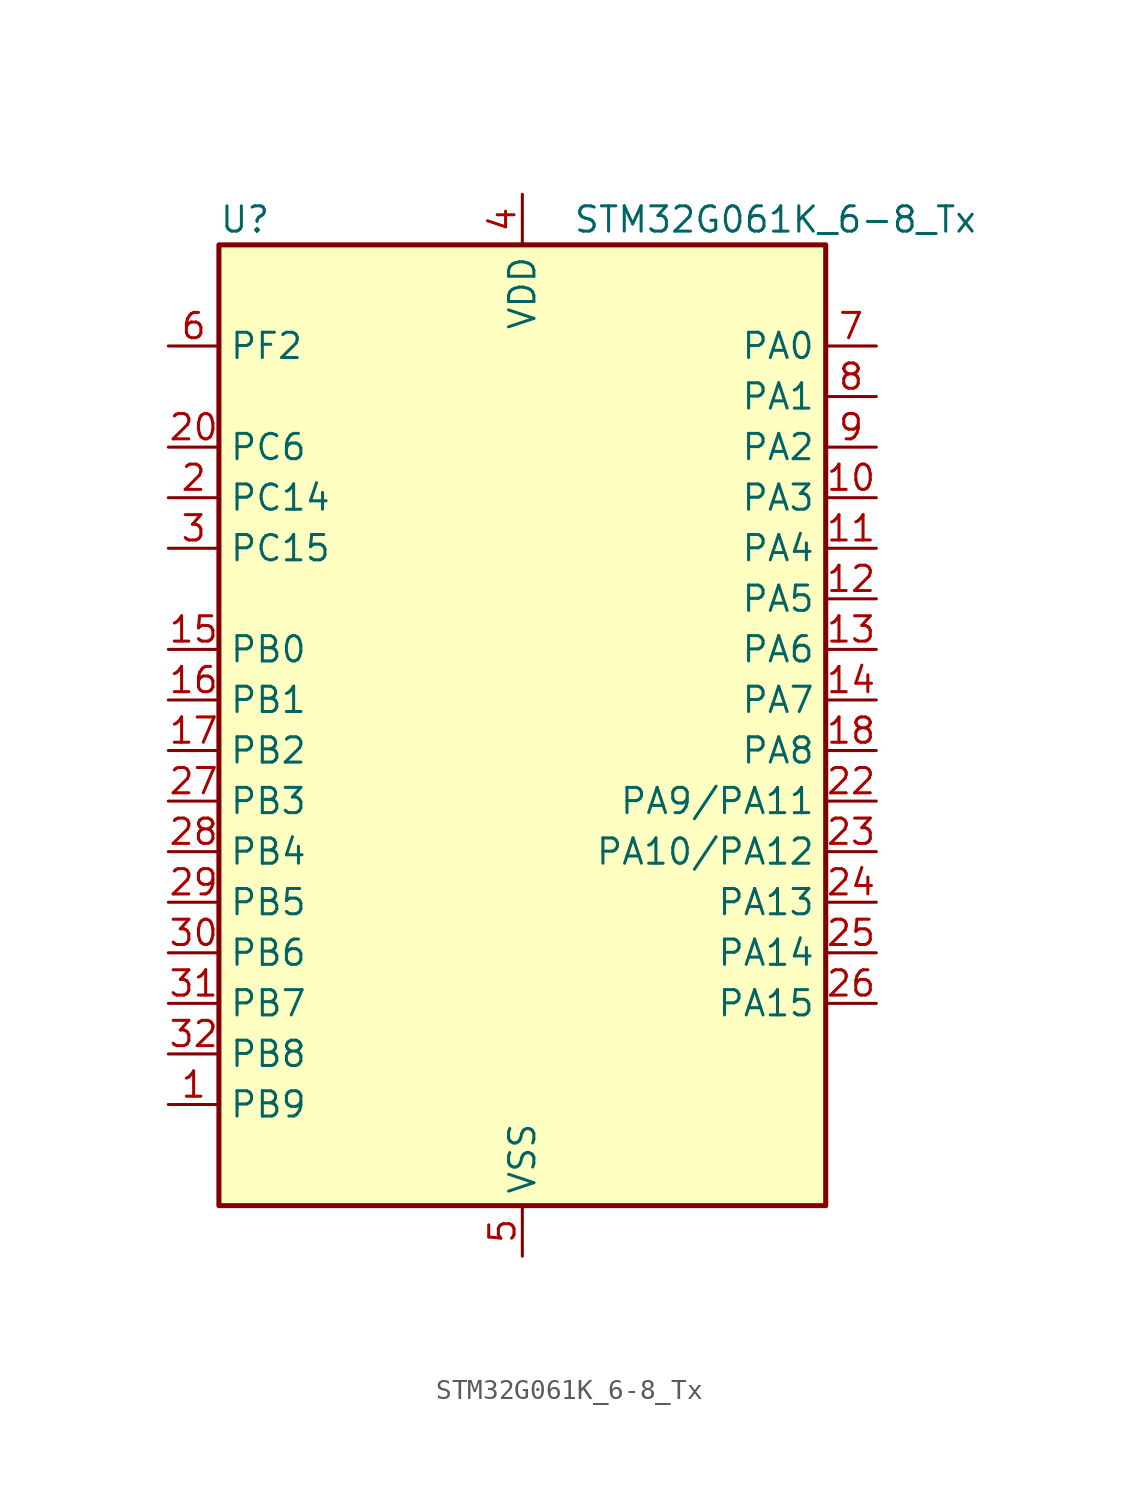
<source format=kicad_sym>
(kicad_symbol_lib
  (version 20241209)
  (generator "kicad_symbol_editor")
  (generator_version "9.0")
  (symbol "STM32G061K_6-8_Tx"
    (property "Reference" "U"
      (at -15.24 26.67 0)
      (effects (font (size 1.27 1.27)) (justify left)))
    (property "Value" "STM32G061K_6-8_Tx"
      (at 2.54 26.67 0)
      (effects (font (size 1.27 1.27)) (justify left)))
    (symbol "STM32G061K_6-8_Tx_0_1"
      (rectangle (start -15.24 -22.86) (end 15.24 25.4) (stroke (width 0.254) (type default)) (fill (type background))))
    (symbol "STM32G061K_6-8_Tx_1_1"
      (pin bidirectional line (at -17.78 20.32 0) (length 2.54) (name "PF2" (effects (font (size 1.27 1.27)))) (number "6" (effects (font (size 1.27 1.27)))) (alternate "RCC_MCO" bidirectional line))
      (pin bidirectional line (at -17.78 15.24 0) (length 2.54) (name "PC6" (effects (font (size 1.27 1.27)))) (number "20" (effects (font (size 1.27 1.27)))) (alternate "TIM2_CH3" bidirectional line) (alternate "TIM3_CH1" bidirectional line))
      (pin bidirectional line (at -17.78 12.7 0) (length 2.54) (name "PC14" (effects (font (size 1.27 1.27)))) (number "2" (effects (font (size 1.27 1.27)))) (alternate "RCC_OSC32_IN" bidirectional line) (alternate "RCC_OSC_IN" bidirectional line) (alternate "TIM1_BK2" bidirectional line))
      (pin bidirectional line (at -17.78 10.16 0) (length 2.54) (name "PC15" (effects (font (size 1.27 1.27)))) (number "3" (effects (font (size 1.27 1.27)))) (alternate "RCC_OSC32_EN" bidirectional line) (alternate "RCC_OSC32_OUT" bidirectional line) (alternate "RCC_OSC_EN" bidirectional line) (alternate "TIM15_BK" bidirectional line))
      (pin bidirectional line (at -17.78 5.08 0) (length 2.54) (name "PB0" (effects (font (size 1.27 1.27)))) (number "15" (effects (font (size 1.27 1.27)))) (alternate "ADC1_IN8" bidirectional line) (alternate "COMP1_OUT" bidirectional line) (alternate "I2S1_WS" bidirectional line) (alternate "LPTIM1_OUT" bidirectional line) (alternate "SPI1_NSS" bidirectional line) (alternate "TIM1_CH2N" bidirectional line) (alternate "TIM3_CH3" bidirectional line))
      (pin bidirectional line (at -17.78 2.54 0) (length 2.54) (name "PB1" (effects (font (size 1.27 1.27)))) (number "16" (effects (font (size 1.27 1.27)))) (alternate "ADC1_IN9" bidirectional line) (alternate "COMP1_INM" bidirectional line) (alternate "LPTIM2_IN1" bidirectional line) (alternate "LPUART1_DE" bidirectional line) (alternate "LPUART1_RTS" bidirectional line) (alternate "TIM14_CH1" bidirectional line) (alternate "TIM1_CH3N" bidirectional line) (alternate "TIM3_CH4" bidirectional line))
      (pin bidirectional line (at -17.78 0 0) (length 2.54) (name "PB2" (effects (font (size 1.27 1.27)))) (number "17" (effects (font (size 1.27 1.27)))) (alternate "ADC1_IN10" bidirectional line) (alternate "COMP1_INP" bidirectional line) (alternate "LPTIM1_OUT" bidirectional line) (alternate "SPI2_MISO" bidirectional line))
      (pin bidirectional line (at -17.78 -2.54 0) (length 2.54) (name "PB3" (effects (font (size 1.27 1.27)))) (number "27" (effects (font (size 1.27 1.27)))) (alternate "COMP2_INM" bidirectional line) (alternate "I2S1_CK" bidirectional line) (alternate "SPI1_SCK" bidirectional line) (alternate "TIM1_CH2" bidirectional line) (alternate "TIM2_CH2" bidirectional line) (alternate "USART1_CK" bidirectional line) (alternate "USART1_DE" bidirectional line) (alternate "USART1_RTS" bidirectional line))
      (pin bidirectional line (at -17.78 -5.08 0) (length 2.54) (name "PB4" (effects (font (size 1.27 1.27)))) (number "28" (effects (font (size 1.27 1.27)))) (alternate "COMP2_INP" bidirectional line) (alternate "I2S1_MCK" bidirectional line) (alternate "SPI1_MISO" bidirectional line) (alternate "TIM17_BK" bidirectional line) (alternate "TIM3_CH1" bidirectional line) (alternate "USART1_CTS" bidirectional line) (alternate "USART1_NSS" bidirectional line))
      (pin bidirectional line (at -17.78 -7.62 0) (length 2.54) (name "PB5" (effects (font (size 1.27 1.27)))) (number "29" (effects (font (size 1.27 1.27)))) (alternate "COMP2_OUT" bidirectional line) (alternate "I2C1_SMBA" bidirectional line) (alternate "I2S1_SD" bidirectional line) (alternate "LPTIM1_IN1" bidirectional line) (alternate "SPI1_MOSI" bidirectional line) (alternate "SYS_WKUP6" bidirectional line) (alternate "TIM16_BK" bidirectional line) (alternate "TIM3_CH2" bidirectional line))
      (pin bidirectional line (at -17.78 -10.16 0) (length 2.54) (name "PB6" (effects (font (size 1.27 1.27)))) (number "30" (effects (font (size 1.27 1.27)))) (alternate "COMP2_INP" bidirectional line) (alternate "I2C1_SCL" bidirectional line) (alternate "LPTIM1_ETR" bidirectional line) (alternate "SPI2_MISO" bidirectional line) (alternate "TIM16_CH1N" bidirectional line) (alternate "TIM1_CH3" bidirectional line) (alternate "USART1_TX" bidirectional line))
      (pin bidirectional line (at -17.78 -12.7 0) (length 2.54) (name "PB7" (effects (font (size 1.27 1.27)))) (number "31" (effects (font (size 1.27 1.27)))) (alternate "ADC1_IN11" bidirectional line) (alternate "COMP2_INM" bidirectional line) (alternate "I2C1_SDA" bidirectional line) (alternate "LPTIM1_IN2" bidirectional line) (alternate "SPI2_MOSI" bidirectional line) (alternate "SYS_PVD_IN" bidirectional line) (alternate "TIM17_CH1N" bidirectional line) (alternate "USART1_RX" bidirectional line))
      (pin bidirectional line (at -17.78 -15.24 0) (length 2.54) (name "PB8" (effects (font (size 1.27 1.27)))) (number "32" (effects (font (size 1.27 1.27)))) (alternate "I2C1_SCL" bidirectional line) (alternate "SPI2_SCK" bidirectional line) (alternate "TIM15_BK" bidirectional line) (alternate "TIM16_CH1" bidirectional line))
      (pin bidirectional line (at -17.78 -17.78 0) (length 2.54) (name "PB9" (effects (font (size 1.27 1.27)))) (number "1" (effects (font (size 1.27 1.27)))) (alternate "DAC1_EXTI9" bidirectional line) (alternate "I2C1_SDA" bidirectional line) (alternate "IR_OUT" bidirectional line) (alternate "SPI2_NSS" bidirectional line) (alternate "TIM17_CH1" bidirectional line))
      (pin no_connect line (at -15.24 -20.32 0) (length 2.54) (hide yes) (name "NC/PA10" (effects (font (size 1.27 1.27)))) (number "21" (effects (font (size 1.27 1.27)))) (alternate "I2C1_SDA (PA10)" bidirectional line) (alternate "NC" bidirectional line) (alternate "PA10" bidirectional line) (alternate "SPI2_MOSI (PA10)" bidirectional line) (alternate "TIM17_BK (PA10)" bidirectional line) (alternate "TIM1_CH3 (PA10)" bidirectional line) (alternate "USART1_RX (PA10)" bidirectional line))
      (pin no_connect line (at -15.24 -22.86 0) (length 2.54) (hide yes) (name "NC/PA9" (effects (font (size 1.27 1.27)))) (number "19" (effects (font (size 1.27 1.27)))) (alternate "DAC1_EXTI9 (PA9)" bidirectional line) (alternate "I2C1_SCL (PA9)" bidirectional line) (alternate "NC" bidirectional line) (alternate "PA9" bidirectional line) (alternate "RCC_MCO (PA9)" bidirectional line) (alternate "SPI2_MISO (PA9)" bidirectional line) (alternate "TIM15_BK (PA9)" bidirectional line) (alternate "TIM1_CH2 (PA9)" bidirectional line) (alternate "USART1_TX (PA9)" bidirectional line))
      (pin power_in line (at 0 27.94 270) (length 2.54) (name "VDD" (effects (font (size 1.27 1.27)))) (number "4" (effects (font (size 1.27 1.27)))))
      (pin power_in line (at 0 -25.4 90) (length 2.54) (name "VSS" (effects (font (size 1.27 1.27)))) (number "5" (effects (font (size 1.27 1.27)))))
      (pin bidirectional line (at 17.78 20.32 180) (length 2.54) (name "PA0" (effects (font (size 1.27 1.27)))) (number "7" (effects (font (size 1.27 1.27)))) (alternate "ADC1_IN0" bidirectional line) (alternate "COMP1_INM" bidirectional line) (alternate "COMP1_OUT" bidirectional line) (alternate "LPTIM1_OUT" bidirectional line) (alternate "RTC_TAMP_IN2" bidirectional line) (alternate "SPI2_SCK" bidirectional line) (alternate "SYS_WKUP1" bidirectional line) (alternate "TIM2_CH1" bidirectional line) (alternate "TIM2_ETR" bidirectional line) (alternate "USART2_CTS" bidirectional line) (alternate "USART2_NSS" bidirectional line))
      (pin bidirectional line (at 17.78 17.78 180) (length 2.54) (name "PA1" (effects (font (size 1.27 1.27)))) (number "8" (effects (font (size 1.27 1.27)))) (alternate "ADC1_IN1" bidirectional line) (alternate "COMP1_INP" bidirectional line) (alternate "I2C1_SMBA" bidirectional line) (alternate "I2S1_CK" bidirectional line) (alternate "SPI1_SCK" bidirectional line) (alternate "TIM15_CH1N" bidirectional line) (alternate "TIM2_CH2" bidirectional line) (alternate "USART2_CK" bidirectional line) (alternate "USART2_DE" bidirectional line) (alternate "USART2_RTS" bidirectional line))
      (pin bidirectional line (at 17.78 15.24 180) (length 2.54) (name "PA2" (effects (font (size 1.27 1.27)))) (number "9" (effects (font (size 1.27 1.27)))) (alternate "ADC1_IN2" bidirectional line) (alternate "COMP2_INM" bidirectional line) (alternate "COMP2_OUT" bidirectional line) (alternate "I2S1_SD" bidirectional line) (alternate "LPUART1_TX" bidirectional line) (alternate "RCC_LSCO" bidirectional line) (alternate "SPI1_MOSI" bidirectional line) (alternate "SYS_WKUP4" bidirectional line) (alternate "TIM15_CH1" bidirectional line) (alternate "TIM2_CH3" bidirectional line) (alternate "USART2_TX" bidirectional line))
      (pin bidirectional line (at 17.78 12.7 180) (length 2.54) (name "PA3" (effects (font (size 1.27 1.27)))) (number "10" (effects (font (size 1.27 1.27)))) (alternate "ADC1_IN3" bidirectional line) (alternate "COMP2_INP" bidirectional line) (alternate "LPUART1_RX" bidirectional line) (alternate "SPI2_MISO" bidirectional line) (alternate "TIM15_CH2" bidirectional line) (alternate "TIM2_CH4" bidirectional line) (alternate "USART2_RX" bidirectional line))
      (pin bidirectional line (at 17.78 10.16 180) (length 2.54) (name "PA4" (effects (font (size 1.27 1.27)))) (number "11" (effects (font (size 1.27 1.27)))) (alternate "ADC1_IN4" bidirectional line) (alternate "DAC1_OUT1" bidirectional line) (alternate "I2S1_WS" bidirectional line) (alternate "LPTIM2_OUT" bidirectional line) (alternate "RTC_OUT1" bidirectional line) (alternate "RTC_TAMP_IN1" bidirectional line) (alternate "RTC_TS" bidirectional line) (alternate "SPI1_NSS" bidirectional line) (alternate "SPI2_MOSI" bidirectional line) (alternate "SYS_WKUP2" bidirectional line) (alternate "TIM14_CH1" bidirectional line))
      (pin bidirectional line (at 17.78 7.62 180) (length 2.54) (name "PA5" (effects (font (size 1.27 1.27)))) (number "12" (effects (font (size 1.27 1.27)))) (alternate "ADC1_IN5" bidirectional line) (alternate "DAC1_OUT2" bidirectional line) (alternate "I2S1_CK" bidirectional line) (alternate "LPTIM2_ETR" bidirectional line) (alternate "SPI1_SCK" bidirectional line) (alternate "TIM2_CH1" bidirectional line) (alternate "TIM2_ETR" bidirectional line))
      (pin bidirectional line (at 17.78 5.08 180) (length 2.54) (name "PA6" (effects (font (size 1.27 1.27)))) (number "13" (effects (font (size 1.27 1.27)))) (alternate "ADC1_IN6" bidirectional line) (alternate "COMP1_OUT" bidirectional line) (alternate "I2S1_MCK" bidirectional line) (alternate "LPUART1_CTS" bidirectional line) (alternate "SPI1_MISO" bidirectional line) (alternate "TIM16_CH1" bidirectional line) (alternate "TIM1_BK" bidirectional line) (alternate "TIM3_CH1" bidirectional line))
      (pin bidirectional line (at 17.78 2.54 180) (length 2.54) (name "PA7" (effects (font (size 1.27 1.27)))) (number "14" (effects (font (size 1.27 1.27)))) (alternate "ADC1_IN7" bidirectional line) (alternate "COMP2_OUT" bidirectional line) (alternate "I2S1_SD" bidirectional line) (alternate "SPI1_MOSI" bidirectional line) (alternate "TIM14_CH1" bidirectional line) (alternate "TIM17_CH1" bidirectional line) (alternate "TIM1_CH1N" bidirectional line) (alternate "TIM3_CH2" bidirectional line))
      (pin bidirectional line (at 17.78 0 180) (length 2.54) (name "PA8" (effects (font (size 1.27 1.27)))) (number "18" (effects (font (size 1.27 1.27)))) (alternate "LPTIM2_OUT" bidirectional line) (alternate "RCC_MCO" bidirectional line) (alternate "SPI2_NSS" bidirectional line) (alternate "TIM1_CH1" bidirectional line))
      (pin bidirectional line (at 17.78 -2.54 180) (length 2.54) (name "PA9/PA11" (effects (font (size 1.27 1.27)))) (number "22" (effects (font (size 1.27 1.27)))) (alternate "ADC1_EXTI11 (PA11)" bidirectional line) (alternate "ADC1_IN15 (PA11)" bidirectional line) (alternate "COMP1_OUT (PA11)" bidirectional line) (alternate "DAC1_EXTI9 (PA9)" bidirectional line) (alternate "I2C1_SCL (PA9)" bidirectional line) (alternate "I2C2_SCL (PA11)" bidirectional line) (alternate "I2S1_MCK (PA11)" bidirectional line) (alternate "PA11" bidirectional line) (alternate "PA9" bidirectional line) (alternate "RCC_MCO (PA9)" bidirectional line) (alternate "SPI1_MISO (PA11)" bidirectional line) (alternate "SPI2_MISO (PA9)" bidirectional line) (alternate "TIM15_BK (PA9)" bidirectional line) (alternate "TIM1_BK2 (PA11)" bidirectional line) (alternate "TIM1_CH2 (PA9)" bidirectional line) (alternate "TIM1_CH4 (PA11)" bidirectional line) (alternate "USART1_CTS (PA11)" bidirectional line) (alternate "USART1_NSS (PA11)" bidirectional line) (alternate "USART1_TX (PA9)" bidirectional line))
      (pin bidirectional line (at 17.78 -5.08 180) (length 2.54) (name "PA10/PA12" (effects (font (size 1.27 1.27)))) (number "23" (effects (font (size 1.27 1.27)))) (alternate "ADC1_IN16 (PA12)" bidirectional line) (alternate "COMP2_OUT (PA12)" bidirectional line) (alternate "I2C1_SDA (PA10)" bidirectional line) (alternate "I2C2_SDA (PA12)" bidirectional line) (alternate "I2S1_SD (PA12)" bidirectional line) (alternate "I2S_CKIN (PA12)" bidirectional line) (alternate "PA10" bidirectional line) (alternate "PA12" bidirectional line) (alternate "SPI1_MOSI (PA12)" bidirectional line) (alternate "SPI2_MOSI (PA10)" bidirectional line) (alternate "TIM17_BK (PA10)" bidirectional line) (alternate "TIM1_CH3 (PA10)" bidirectional line) (alternate "TIM1_ETR (PA12)" bidirectional line) (alternate "USART1_CK (PA12)" bidirectional line) (alternate "USART1_DE (PA12)" bidirectional line) (alternate "USART1_RTS (PA12)" bidirectional line) (alternate "USART1_RX (PA10)" bidirectional line))
      (pin bidirectional line (at 17.78 -7.62 180) (length 2.54) (name "PA13" (effects (font (size 1.27 1.27)))) (number "24" (effects (font (size 1.27 1.27)))) (alternate "ADC1_IN17" bidirectional line) (alternate "IR_OUT" bidirectional line) (alternate "SYS_SWDIO" bidirectional line))
      (pin bidirectional line (at 17.78 -10.16 180) (length 2.54) (name "PA14" (effects (font (size 1.27 1.27)))) (number "25" (effects (font (size 1.27 1.27)))) (alternate "ADC1_IN18" bidirectional line) (alternate "SYS_SWCLK" bidirectional line) (alternate "USART2_TX" bidirectional line))
      (pin bidirectional line (at 17.78 -12.7 180) (length 2.54) (name "PA15" (effects (font (size 1.27 1.27)))) (number "26" (effects (font (size 1.27 1.27)))) (alternate "I2S1_WS" bidirectional line) (alternate "SPI1_NSS" bidirectional line) (alternate "TIM2_CH1" bidirectional line) (alternate "TIM2_ETR" bidirectional line) (alternate "USART2_RX" bidirectional line)))))
</source>
